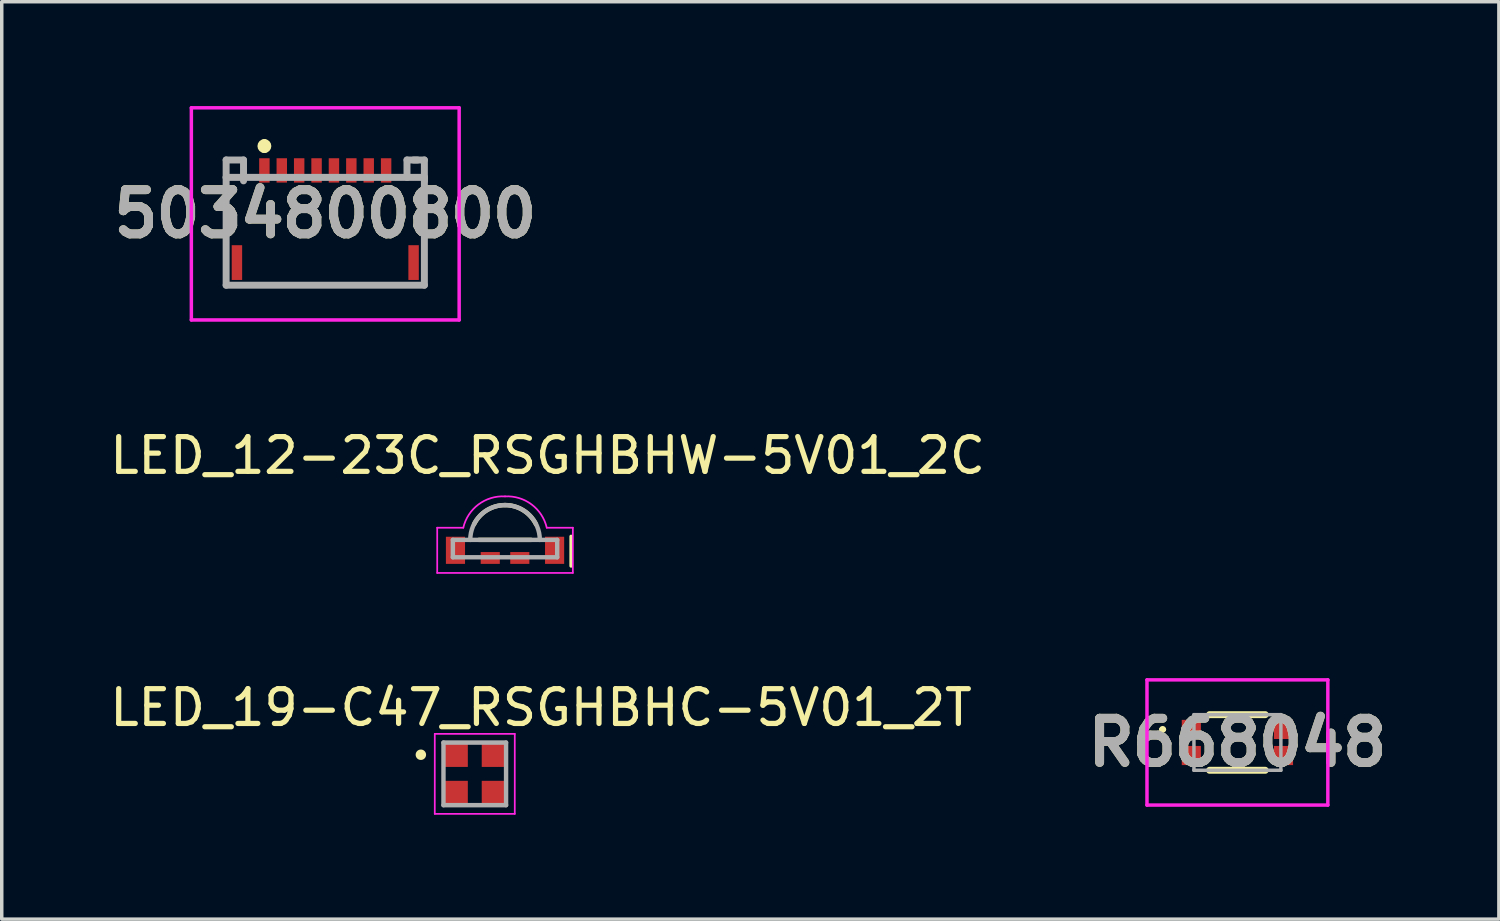
<source format=kicad_pcb>
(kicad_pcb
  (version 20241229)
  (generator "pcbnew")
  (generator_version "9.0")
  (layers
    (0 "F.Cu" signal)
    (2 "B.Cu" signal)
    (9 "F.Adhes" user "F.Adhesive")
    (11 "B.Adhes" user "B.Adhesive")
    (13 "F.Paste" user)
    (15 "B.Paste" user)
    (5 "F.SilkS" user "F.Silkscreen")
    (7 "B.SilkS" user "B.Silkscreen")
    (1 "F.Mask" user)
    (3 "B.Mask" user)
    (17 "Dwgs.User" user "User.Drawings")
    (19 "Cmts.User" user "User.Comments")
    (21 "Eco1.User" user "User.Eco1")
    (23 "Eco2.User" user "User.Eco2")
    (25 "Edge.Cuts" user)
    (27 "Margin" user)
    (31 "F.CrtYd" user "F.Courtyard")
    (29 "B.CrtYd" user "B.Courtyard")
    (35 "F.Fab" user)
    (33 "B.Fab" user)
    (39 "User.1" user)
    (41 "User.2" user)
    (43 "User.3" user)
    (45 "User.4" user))
  (footprint "5034800800"
    (layer "F.Cu")
    (at 6.302 3.1)
    (property "Reference" "5034800800" (at 0 0 0) (layer "F.SilkS") (effects (font (size 1.27 1.27) (thickness 0.254))))
    (attr smd)
    (fp_line (start -2.85 -1.05) (end -2.85 2.05) (stroke (width 0.1) (type solid)) (layer "F.SilkS"))
    (fp_line (start -2.85 2.05) (end 2.85 2.05) (stroke (width 0.1) (type solid)) (layer "F.SilkS"))
    (fp_line (start -1.75 -2.05) (end -1.75 -2.05) (stroke (width 0.2) (type solid)) (layer "F.SilkS"))
    (fp_line (start -1.75 -1.85) (end -1.75 -1.85) (stroke (width 0.2) (type solid)) (layer "F.SilkS"))
    (fp_line (start 2.85 2.05) (end 2.85 -0.95) (stroke (width 0.1) (type solid)) (layer "F.SilkS"))
    (fp_arc (start -1.75 -2.05) (mid -1.65 -1.95) (end -1.75 -1.85) (stroke (width 0.2) (type solid)) (layer "F.SilkS"))
    (fp_arc (start -1.75 -1.85) (mid -1.85 -1.95) (end -1.75 -2.05) (stroke (width 0.2) (type solid)) (layer "F.SilkS"))
    (fp_line (start -3.85 -3.05) (end 3.85 -3.05) (stroke (width 0.1) (type solid)) (layer "F.CrtYd"))
    (fp_line (start -3.85 3.05) (end -3.85 -3.05) (stroke (width 0.1) (type solid)) (layer "F.CrtYd"))
    (fp_line (start 3.85 -3.05) (end 3.85 3.05) (stroke (width 0.1) (type solid)) (layer "F.CrtYd"))
    (fp_line (start 3.85 3.05) (end -3.85 3.05) (stroke (width 0.1) (type solid)) (layer "F.CrtYd"))
    (fp_line (start -2.85 -1.55) (end -2.35 -1.55) (stroke (width 0.2) (type solid)) (layer "F.Fab"))
    (fp_line (start -2.85 -1.05) (end -2.85 -1.55) (stroke (width 0.2) (type solid)) (layer "F.Fab"))
    (fp_line (start -2.85 -1.05) (end 2.85 -1.05) (stroke (width 0.2) (type solid)) (layer "F.Fab"))
    (fp_line (start -2.85 2.05) (end -2.85 -1.05) (stroke (width 0.2) (type solid)) (layer "F.Fab"))
    (fp_line (start -2.35 -1.55) (end -2.35 -0.95) (stroke (width 0.2) (type solid)) (layer "F.Fab"))
    (fp_line (start 2.35 -1.55) (end 2.35 -1.05) (stroke (width 0.2) (type solid)) (layer "F.Fab"))
    (fp_line (start 2.65 -1.55) (end 2.35 -1.55) (stroke (width 0.2) (type solid)) (layer "F.Fab"))
    (fp_line (start 2.85 -1.55) (end 2.54 -1.55) (stroke (width 0.2) (type solid)) (layer "F.Fab"))
    (fp_line (start 2.85 -1.05) (end 2.85 2.05) (stroke (width 0.2) (type solid)) (layer "F.Fab"))
    (fp_line (start 2.85 -0.95) (end 2.85 -1.55) (stroke (width 0.2) (type solid)) (layer "F.Fab"))
    (fp_line (start 2.85 2.05) (end -2.85 2.05) (stroke (width 0.2) (type solid)) (layer "F.Fab"))
    (fp_text user "${REFERENCE}" (at 0 0 0) (layer "F.Fab") (effects (font (size 1.27 1.27) (thickness 0.254))))
    (pad "1" smd rect (at -1.75 -1.25) (size 0.3 0.7) (layers "F.Cu" "F.Mask" "F.Paste"))
    (pad "2" smd rect (at -1.25 -1.25) (size 0.3 0.7) (layers "F.Cu" "F.Mask" "F.Paste"))
    (pad "3" smd rect (at -0.75 -1.25) (size 0.3 0.7) (layers "F.Cu" "F.Mask" "F.Paste"))
    (pad "4" smd rect (at -0.25 -1.25) (size 0.3 0.7) (layers "F.Cu" "F.Mask" "F.Paste"))
    (pad "5" smd rect (at 0.25 -1.25) (size 0.3 0.7) (layers "F.Cu" "F.Mask" "F.Paste"))
    (pad "6" smd rect (at 0.75 -1.25) (size 0.3 0.7) (layers "F.Cu" "F.Mask" "F.Paste"))
    (pad "7" smd rect (at 1.25 -1.25) (size 0.3 0.7) (layers "F.Cu" "F.Mask" "F.Paste"))
    (pad "8" smd rect (at 1.75 -1.25) (size 0.3 0.7) (layers "F.Cu" "F.Mask" "F.Paste"))
    (pad "MP1" smd rect (at -2.54 1.4) (size 0.3 1) (layers "F.Cu" "F.Mask" "F.Paste"))
    (pad "MP2" smd rect (at 2.54 1.4) (size 0.3 1) (layers "F.Cu" "F.Mask" "F.Paste")))
  (footprint "R668048"
    (layer "F.Cu")
    (at 32.529 18.298)
    (property "Reference" "R668048" (at 0 0 0) (layer "F.SilkS") (effects (font (size 1.27 1.27) (thickness 0.254))))
    (attr smd)
    (fp_line (start -2.2 -0.375) (end -2.2 -0.375) (stroke (width 0.1) (type solid)) (layer "F.SilkS"))
    (fp_line (start -2.1 -0.375) (end -2.1 -0.375) (stroke (width 0.1) (type solid)) (layer "F.SilkS"))
    (fp_line (start -0.8 -0.8) (end 0.8 -0.8) (stroke (width 0.2) (type solid)) (layer "F.SilkS"))
    (fp_line (start -0.8 0.8) (end 0.8 0.8) (stroke (width 0.2) (type solid)) (layer "F.SilkS"))
    (fp_arc (start -2.2 -0.375) (mid -2.15 -0.425) (end -2.1 -0.375) (stroke (width 0.1) (type solid)) (layer "F.SilkS"))
    (fp_arc (start -2.1 -0.375) (mid -2.15 -0.325) (end -2.2 -0.375) (stroke (width 0.1) (type solid)) (layer "F.SilkS"))
    (fp_line (start -2.6 -1.8) (end 2.6 -1.8) (stroke (width 0.1) (type solid)) (layer "F.CrtYd"))
    (fp_line (start -2.6 1.8) (end -2.6 -1.8) (stroke (width 0.1) (type solid)) (layer "F.CrtYd"))
    (fp_line (start 2.6 -1.8) (end 2.6 1.8) (stroke (width 0.1) (type solid)) (layer "F.CrtYd"))
    (fp_line (start 2.6 1.8) (end -2.6 1.8) (stroke (width 0.1) (type solid)) (layer "F.CrtYd"))
    (fp_line (start -1.25 -0.8) (end 1.25 -0.8) (stroke (width 0.1) (type solid)) (layer "F.Fab"))
    (fp_line (start -1.25 0.8) (end -1.25 -0.8) (stroke (width 0.1) (type solid)) (layer "F.Fab"))
    (fp_line (start 1.25 -0.8) (end 1.25 0.8) (stroke (width 0.1) (type solid)) (layer "F.Fab"))
    (fp_line (start 1.25 0.8) (end -1.25 0.8) (stroke (width 0.1) (type solid)) (layer "F.Fab"))
    (fp_text user "${REFERENCE}" (at 0 0 0) (layer "F.Fab") (effects (font (size 1.27 1.27) (thickness 0.254))))
    (pad "1" smd rect (at -1.325 -0.375 90) (size 0.55 0.55) (layers "F.Cu" "F.Mask" "F.Paste"))
    (pad "2" smd rect (at 1.325 -0.375 90) (size 0.55 0.55) (layers "F.Cu" "F.Mask" "F.Paste"))
    (pad "3" smd rect (at -1.325 0.375 90) (size 0.55 0.55) (layers "F.Cu" "F.Mask" "F.Paste"))
    (pad "4" smd rect (at 1.325 0.375 90) (size 0.55 0.55) (layers "F.Cu" "F.Mask" "F.Paste")))
  (footprint "LED_19-C47_RSGHBHC-5V01_2T"
    (layer "F.Cu")
    (at 10.601 19.201)
    (property "Reference" "LED_19-C47_RSGHBHC-5V01_2T" (at 1.905 -1.905 0) (layer "F.SilkS") (effects (font (size 1 1) (thickness 0.15))))
    (attr smd)
    (fp_circle (center -1.55 -0.55) (end -1.45 -0.55) (stroke (width 0.1) (type solid)) (fill yes) (layer "F.SilkS"))
    (fp_line (start -1.15 -1.15) (end 1.15 -1.15) (stroke (width 0.05) (type solid)) (layer "F.CrtYd"))
    (fp_line (start -1.15 1.15) (end -1.15 -1.15) (stroke (width 0.05) (type solid)) (layer "F.CrtYd"))
    (fp_line (start 1.15 -1.15) (end 1.15 1.15) (stroke (width 0.05) (type solid)) (layer "F.CrtYd"))
    (fp_line (start 1.15 1.15) (end -1.15 1.15) (stroke (width 0.05) (type solid)) (layer "F.CrtYd"))
    (fp_line (start -0.9 -0.9) (end 0.9 -0.9) (stroke (width 0.127) (type solid)) (layer "F.Fab"))
    (fp_line (start -0.9 0.9) (end -0.9 -0.9) (stroke (width 0.127) (type solid)) (layer "F.Fab"))
    (fp_line (start 0.9 -0.9) (end 0.9 0.9) (stroke (width 0.127) (type solid)) (layer "F.Fab"))
    (fp_line (start 0.9 0.9) (end -0.9 0.9) (stroke (width 0.127) (type solid)) (layer "F.Fab"))
    (pad "1" smd rect (at -0.55 -0.55) (size 0.7 0.7) (layers "F.Cu" "F.Mask" "F.Paste"))
    (pad "2" smd rect (at 0.55 -0.55) (size 0.7 0.7) (layers "F.Cu" "F.Mask" "F.Paste"))
    (pad "3" smd rect (at 0.55 0.55) (size 0.7 0.7) (layers "F.Cu" "F.Mask" "F.Paste"))
    (pad "4" smd rect (at -0.55 0.55) (size 0.7 0.7) (layers "F.Cu" "F.Mask" "F.Paste")))
  (footprint "LED_12-23C_RSGHBHW-5V01_2C"
    (layer "F.Cu")
    (at 11.471 12.773)
    (property "Reference" "LED_12-23C_RSGHBHW-5V01_2C" (at 1.225 -2.725 0) (layer "F.SilkS") (effects (font (size 1 1) (thickness 0.15))))
    (attr smd)
    (fp_line (start -0.75 -0.3) (end 0.75 -0.3) (stroke (width 0.127) (type solid)) (layer "F.SilkS"))
    (fp_line (start 1.9 -0.4) (end 1.9 0.45) (stroke (width 0.1) (type default)) (layer "F.SilkS"))
    (fp_arc (start -0.89 -0.749999) (mid 0 -1.300748) (end 0.89 -0.75) (stroke (width 0.127) (type solid)) (layer "F.SilkS"))
    (fp_line (start -1.95 -0.65) (end -1.95 0.65) (stroke (width 0.05) (type solid)) (layer "F.CrtYd"))
    (fp_line (start -1.95 0.65) (end 1.95 0.65) (stroke (width 0.05) (type solid)) (layer "F.CrtYd"))
    (fp_line (start -1.2 -0.65) (end -1.95 -0.65) (stroke (width 0.05) (type solid)) (layer "F.CrtYd"))
    (fp_line (start 1.95 -0.65) (end 1.2 -0.65) (stroke (width 0.05) (type solid)) (layer "F.CrtYd"))
    (fp_line (start 1.95 0.65) (end 1.95 -0.65) (stroke (width 0.05) (type solid)) (layer "F.CrtYd"))
    (fp_arc (start -1.2 -0.65) (mid -0.763787 -1.318382) (end 0 -1.55) (stroke (width 0.05) (type solid)) (layer "F.CrtYd"))
    (fp_arc (start 0 -1.55) (mid 0.763787 -1.318382) (end 1.2 -0.65) (stroke (width 0.05) (type solid)) (layer "F.CrtYd"))
    (fp_line (start -1.5 -0.3) (end -1.5 0.2) (stroke (width 0.127) (type solid)) (layer "F.Fab"))
    (fp_line (start -1.5 0.2) (end 1.5 0.2) (stroke (width 0.127) (type solid)) (layer "F.Fab"))
    (fp_line (start -1 -0.3) (end -1.5 -0.3) (stroke (width 0.127) (type solid)) (layer "F.Fab"))
    (fp_line (start 1 -0.3) (end -1 -0.3) (stroke (width 0.127) (type solid)) (layer "F.Fab"))
    (fp_line (start 1.5 -0.3) (end 1 -0.3) (stroke (width 0.127) (type solid)) (layer "F.Fab"))
    (fp_line (start 1.5 0.2) (end 1.5 -0.3) (stroke (width 0.127) (type solid)) (layer "F.Fab"))
    (fp_arc (start -1 -0.3) (mid -0.707107 -1.007107) (end 0 -1.3) (stroke (width 0.127) (type solid)) (layer "F.Fab"))
    (fp_arc (start 0 -1.3) (mid 0.707107 -1.007107) (end 1 -0.3) (stroke (width 0.127) (type solid)) (layer "F.Fab"))
    (pad "1" smd rect (at 1.425 0) (size 0.55 0.78) (layers "F.Cu" "F.Mask" "F.Paste"))
    (pad "2" smd rect (at 0.425 0.22) (size 0.55 0.34) (layers "F.Cu" "F.Mask" "F.Paste"))
    (pad "3" smd rect (at -0.425 0.22) (size 0.55 0.34) (layers "F.Cu" "F.Mask" "F.Paste"))
    (pad "4" smd rect (at -1.425 0) (size 0.55 0.78) (layers "F.Cu" "F.Mask" "F.Paste")))
  (gr_rect
    (start -3 -3)
    (end 40.047 23.377)
    (stroke (width 0.1) (type default))
    (fill no)
    (layer "Edge.Cuts")))
</source>
